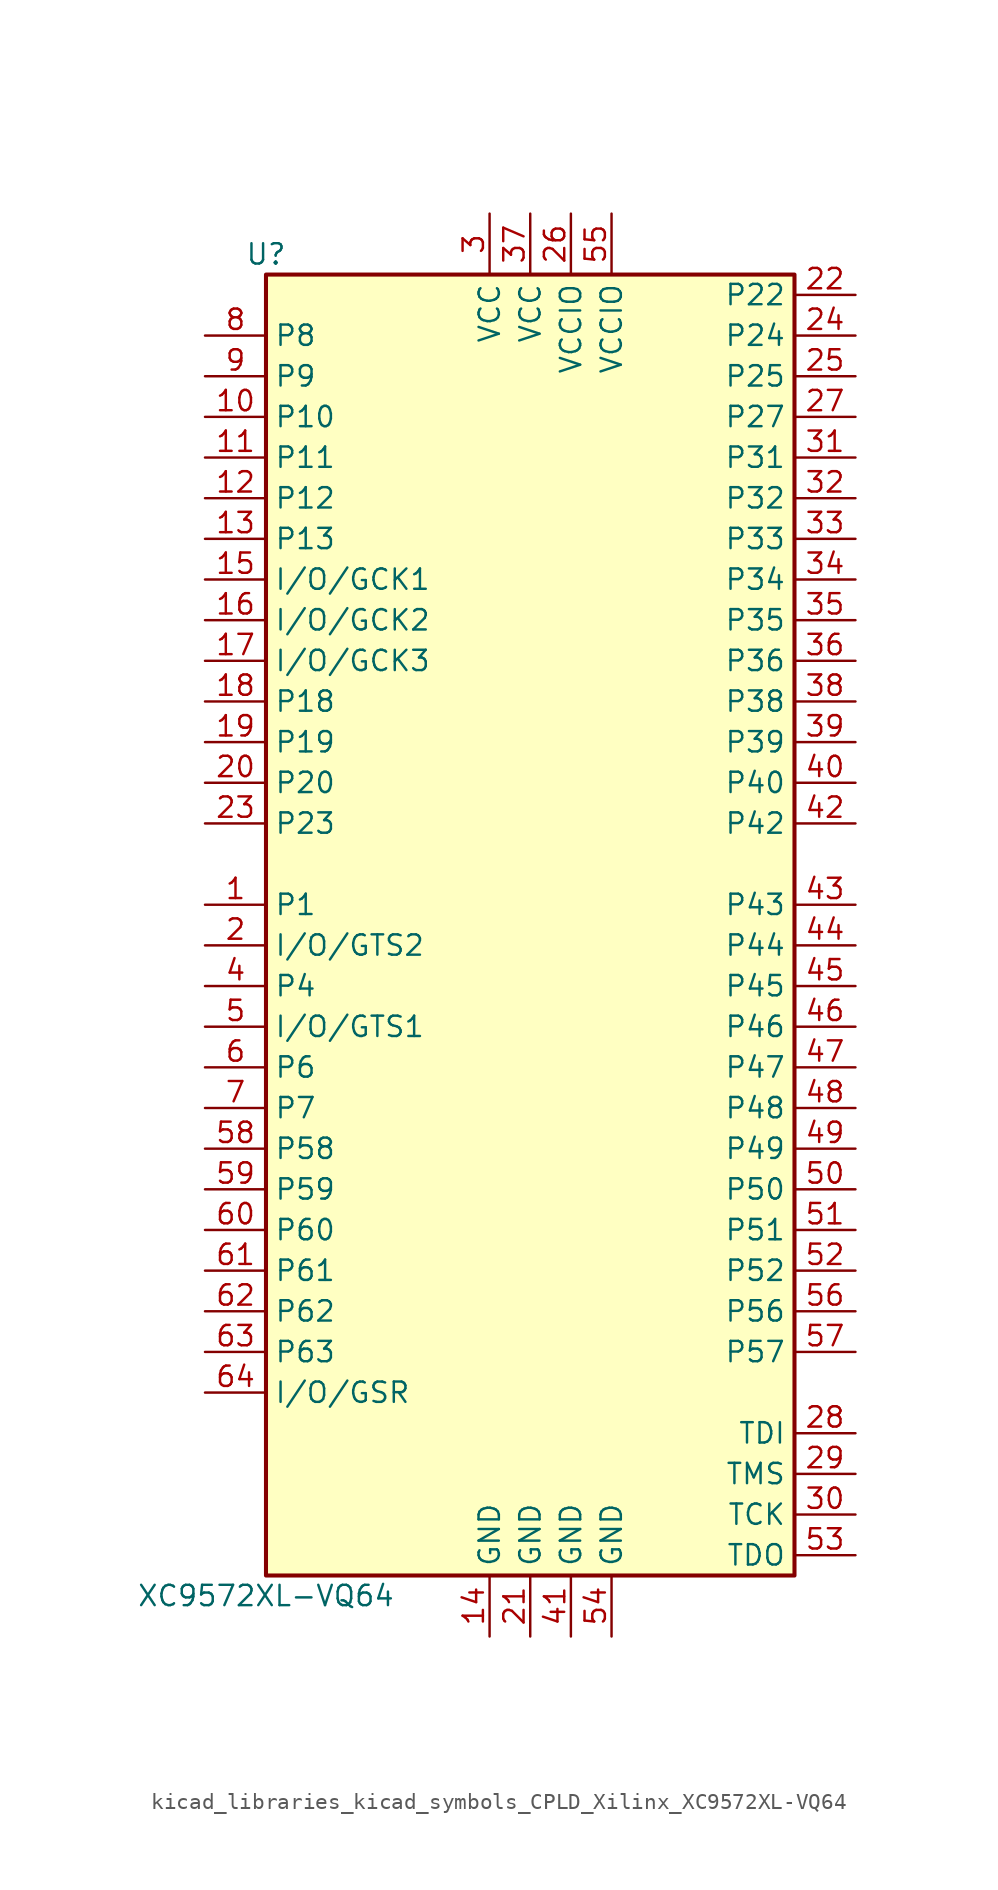
<source format=kicad_sym>
(kicad_symbol_lib
  (version 20220914)
  (generator kicad_symbol_editor)
  (symbol "kicad_libraries_kicad_symbols_CPLD_Xilinx_XC9572XL-VQ64"
    (property "Reference" "U"
      (at -16.51 40.64 0)
      (effects (font (size 1.27 1.27))))
    (property "Value" "XC9572XL-VQ64"
      (at -16.51 -43.18 0)
      (effects (font (size 1.27 1.27))))
    (symbol "kicad_libraries_kicad_symbols_CPLD_Xilinx_XC9572XL-VQ64_1_1"
      (rectangle (start -16.51 39.37) (end 16.51 -41.91) (stroke (width 0.254) (type default)) (fill (type background)))
      (pin bidirectional line (at -20.32 0 0) (length 3.81) (name "P1" (effects (font (size 1.27 1.27)))) (number "1" (effects (font (size 1.27 1.27)))))
      (pin bidirectional line (at -20.32 30.48 0) (length 3.81) (name "P10" (effects (font (size 1.27 1.27)))) (number "10" (effects (font (size 1.27 1.27)))))
      (pin bidirectional line (at -20.32 27.94 0) (length 3.81) (name "P11" (effects (font (size 1.27 1.27)))) (number "11" (effects (font (size 1.27 1.27)))))
      (pin bidirectional line (at -20.32 25.4 0) (length 3.81) (name "P12" (effects (font (size 1.27 1.27)))) (number "12" (effects (font (size 1.27 1.27)))))
      (pin bidirectional line (at -20.32 22.86 0) (length 3.81) (name "P13" (effects (font (size 1.27 1.27)))) (number "13" (effects (font (size 1.27 1.27)))))
      (pin power_in line (at -2.54 -45.72 90) (length 3.81) (name "GND" (effects (font (size 1.27 1.27)))) (number "14" (effects (font (size 1.27 1.27)))))
      (pin bidirectional line (at -20.32 20.32 0) (length 3.81) (name "I/O/GCK1" (effects (font (size 1.27 1.27)))) (number "15" (effects (font (size 1.27 1.27)))))
      (pin bidirectional line (at -20.32 17.78 0) (length 3.81) (name "I/O/GCK2" (effects (font (size 1.27 1.27)))) (number "16" (effects (font (size 1.27 1.27)))))
      (pin bidirectional line (at -20.32 15.24 0) (length 3.81) (name "I/O/GCK3" (effects (font (size 1.27 1.27)))) (number "17" (effects (font (size 1.27 1.27)))))
      (pin bidirectional line (at -20.32 12.7 0) (length 3.81) (name "P18" (effects (font (size 1.27 1.27)))) (number "18" (effects (font (size 1.27 1.27)))))
      (pin bidirectional line (at -20.32 10.16 0) (length 3.81) (name "P19" (effects (font (size 1.27 1.27)))) (number "19" (effects (font (size 1.27 1.27)))))
      (pin bidirectional line (at -20.32 -2.54 0) (length 3.81) (name "I/O/GTS2" (effects (font (size 1.27 1.27)))) (number "2" (effects (font (size 1.27 1.27)))))
      (pin bidirectional line (at -20.32 7.62 0) (length 3.81) (name "P20" (effects (font (size 1.27 1.27)))) (number "20" (effects (font (size 1.27 1.27)))))
      (pin power_in line (at 0 -45.72 90) (length 3.81) (name "GND" (effects (font (size 1.27 1.27)))) (number "21" (effects (font (size 1.27 1.27)))))
      (pin bidirectional line (at 20.32 38.1 180) (length 3.81) (name "P22" (effects (font (size 1.27 1.27)))) (number "22" (effects (font (size 1.27 1.27)))))
      (pin bidirectional line (at -20.32 5.08 0) (length 3.81) (name "P23" (effects (font (size 1.27 1.27)))) (number "23" (effects (font (size 1.27 1.27)))))
      (pin bidirectional line (at 20.32 35.56 180) (length 3.81) (name "P24" (effects (font (size 1.27 1.27)))) (number "24" (effects (font (size 1.27 1.27)))))
      (pin bidirectional line (at 20.32 33.02 180) (length 3.81) (name "P25" (effects (font (size 1.27 1.27)))) (number "25" (effects (font (size 1.27 1.27)))))
      (pin power_in line (at 2.54 43.18 270) (length 3.81) (name "VCCIO" (effects (font (size 1.27 1.27)))) (number "26" (effects (font (size 1.27 1.27)))))
      (pin bidirectional line (at 20.32 30.48 180) (length 3.81) (name "P27" (effects (font (size 1.27 1.27)))) (number "27" (effects (font (size 1.27 1.27)))))
      (pin input line (at 20.32 -33.02 180) (length 3.81) (name "TDI" (effects (font (size 1.27 1.27)))) (number "28" (effects (font (size 1.27 1.27)))))
      (pin input line (at 20.32 -35.56 180) (length 3.81) (name "TMS" (effects (font (size 1.27 1.27)))) (number "29" (effects (font (size 1.27 1.27)))))
      (pin power_in line (at -2.54 43.18 270) (length 3.81) (name "VCC" (effects (font (size 1.27 1.27)))) (number "3" (effects (font (size 1.27 1.27)))))
      (pin input line (at 20.32 -38.1 180) (length 3.81) (name "TCK" (effects (font (size 1.27 1.27)))) (number "30" (effects (font (size 1.27 1.27)))))
      (pin bidirectional line (at 20.32 27.94 180) (length 3.81) (name "P31" (effects (font (size 1.27 1.27)))) (number "31" (effects (font (size 1.27 1.27)))))
      (pin bidirectional line (at 20.32 25.4 180) (length 3.81) (name "P32" (effects (font (size 1.27 1.27)))) (number "32" (effects (font (size 1.27 1.27)))))
      (pin bidirectional line (at 20.32 22.86 180) (length 3.81) (name "P33" (effects (font (size 1.27 1.27)))) (number "33" (effects (font (size 1.27 1.27)))))
      (pin bidirectional line (at 20.32 20.32 180) (length 3.81) (name "P34" (effects (font (size 1.27 1.27)))) (number "34" (effects (font (size 1.27 1.27)))))
      (pin bidirectional line (at 20.32 17.78 180) (length 3.81) (name "P35" (effects (font (size 1.27 1.27)))) (number "35" (effects (font (size 1.27 1.27)))))
      (pin bidirectional line (at 20.32 15.24 180) (length 3.81) (name "P36" (effects (font (size 1.27 1.27)))) (number "36" (effects (font (size 1.27 1.27)))))
      (pin power_in line (at 0 43.18 270) (length 3.81) (name "VCC" (effects (font (size 1.27 1.27)))) (number "37" (effects (font (size 1.27 1.27)))))
      (pin bidirectional line (at 20.32 12.7 180) (length 3.81) (name "P38" (effects (font (size 1.27 1.27)))) (number "38" (effects (font (size 1.27 1.27)))))
      (pin bidirectional line (at 20.32 10.16 180) (length 3.81) (name "P39" (effects (font (size 1.27 1.27)))) (number "39" (effects (font (size 1.27 1.27)))))
      (pin bidirectional line (at -20.32 -5.08 0) (length 3.81) (name "P4" (effects (font (size 1.27 1.27)))) (number "4" (effects (font (size 1.27 1.27)))))
      (pin bidirectional line (at 20.32 7.62 180) (length 3.81) (name "P40" (effects (font (size 1.27 1.27)))) (number "40" (effects (font (size 1.27 1.27)))))
      (pin power_in line (at 2.54 -45.72 90) (length 3.81) (name "GND" (effects (font (size 1.27 1.27)))) (number "41" (effects (font (size 1.27 1.27)))))
      (pin bidirectional line (at 20.32 5.08 180) (length 3.81) (name "P42" (effects (font (size 1.27 1.27)))) (number "42" (effects (font (size 1.27 1.27)))))
      (pin bidirectional line (at 20.32 0 180) (length 3.81) (name "P43" (effects (font (size 1.27 1.27)))) (number "43" (effects (font (size 1.27 1.27)))))
      (pin bidirectional line (at 20.32 -2.54 180) (length 3.81) (name "P44" (effects (font (size 1.27 1.27)))) (number "44" (effects (font (size 1.27 1.27)))))
      (pin bidirectional line (at 20.32 -5.08 180) (length 3.81) (name "P45" (effects (font (size 1.27 1.27)))) (number "45" (effects (font (size 1.27 1.27)))))
      (pin bidirectional line (at 20.32 -7.62 180) (length 3.81) (name "P46" (effects (font (size 1.27 1.27)))) (number "46" (effects (font (size 1.27 1.27)))))
      (pin bidirectional line (at 20.32 -10.16 180) (length 3.81) (name "P47" (effects (font (size 1.27 1.27)))) (number "47" (effects (font (size 1.27 1.27)))))
      (pin bidirectional line (at 20.32 -12.7 180) (length 3.81) (name "P48" (effects (font (size 1.27 1.27)))) (number "48" (effects (font (size 1.27 1.27)))))
      (pin bidirectional line (at 20.32 -15.24 180) (length 3.81) (name "P49" (effects (font (size 1.27 1.27)))) (number "49" (effects (font (size 1.27 1.27)))))
      (pin bidirectional line (at -20.32 -7.62 0) (length 3.81) (name "I/O/GTS1" (effects (font (size 1.27 1.27)))) (number "5" (effects (font (size 1.27 1.27)))))
      (pin bidirectional line (at 20.32 -17.78 180) (length 3.81) (name "P50" (effects (font (size 1.27 1.27)))) (number "50" (effects (font (size 1.27 1.27)))))
      (pin bidirectional line (at 20.32 -20.32 180) (length 3.81) (name "P51" (effects (font (size 1.27 1.27)))) (number "51" (effects (font (size 1.27 1.27)))))
      (pin bidirectional line (at 20.32 -22.86 180) (length 3.81) (name "P52" (effects (font (size 1.27 1.27)))) (number "52" (effects (font (size 1.27 1.27)))))
      (pin output line (at 20.32 -40.64 180) (length 3.81) (name "TDO" (effects (font (size 1.27 1.27)))) (number "53" (effects (font (size 1.27 1.27)))))
      (pin power_in line (at 5.08 -45.72 90) (length 3.81) (name "GND" (effects (font (size 1.27 1.27)))) (number "54" (effects (font (size 1.27 1.27)))))
      (pin power_in line (at 5.08 43.18 270) (length 3.81) (name "VCCIO" (effects (font (size 1.27 1.27)))) (number "55" (effects (font (size 1.27 1.27)))))
      (pin bidirectional line (at 20.32 -25.4 180) (length 3.81) (name "P56" (effects (font (size 1.27 1.27)))) (number "56" (effects (font (size 1.27 1.27)))))
      (pin bidirectional line (at 20.32 -27.94 180) (length 3.81) (name "P57" (effects (font (size 1.27 1.27)))) (number "57" (effects (font (size 1.27 1.27)))))
      (pin bidirectional line (at -20.32 -15.24 0) (length 3.81) (name "P58" (effects (font (size 1.27 1.27)))) (number "58" (effects (font (size 1.27 1.27)))))
      (pin bidirectional line (at -20.32 -17.78 0) (length 3.81) (name "P59" (effects (font (size 1.27 1.27)))) (number "59" (effects (font (size 1.27 1.27)))))
      (pin bidirectional line (at -20.32 -10.16 0) (length 3.81) (name "P6" (effects (font (size 1.27 1.27)))) (number "6" (effects (font (size 1.27 1.27)))))
      (pin bidirectional line (at -20.32 -20.32 0) (length 3.81) (name "P60" (effects (font (size 1.27 1.27)))) (number "60" (effects (font (size 1.27 1.27)))))
      (pin bidirectional line (at -20.32 -22.86 0) (length 3.81) (name "P61" (effects (font (size 1.27 1.27)))) (number "61" (effects (font (size 1.27 1.27)))))
      (pin bidirectional line (at -20.32 -25.4 0) (length 3.81) (name "P62" (effects (font (size 1.27 1.27)))) (number "62" (effects (font (size 1.27 1.27)))))
      (pin bidirectional line (at -20.32 -27.94 0) (length 3.81) (name "P63" (effects (font (size 1.27 1.27)))) (number "63" (effects (font (size 1.27 1.27)))))
      (pin bidirectional line (at -20.32 -30.48 0) (length 3.81) (name "I/O/GSR" (effects (font (size 1.27 1.27)))) (number "64" (effects (font (size 1.27 1.27)))))
      (pin bidirectional line (at -20.32 -12.7 0) (length 3.81) (name "P7" (effects (font (size 1.27 1.27)))) (number "7" (effects (font (size 1.27 1.27)))))
      (pin bidirectional line (at -20.32 35.56 0) (length 3.81) (name "P8" (effects (font (size 1.27 1.27)))) (number "8" (effects (font (size 1.27 1.27)))))
      (pin bidirectional line (at -20.32 33.02 0) (length 3.81) (name "P9" (effects (font (size 1.27 1.27)))) (number "9" (effects (font (size 1.27 1.27))))))))
</source>
